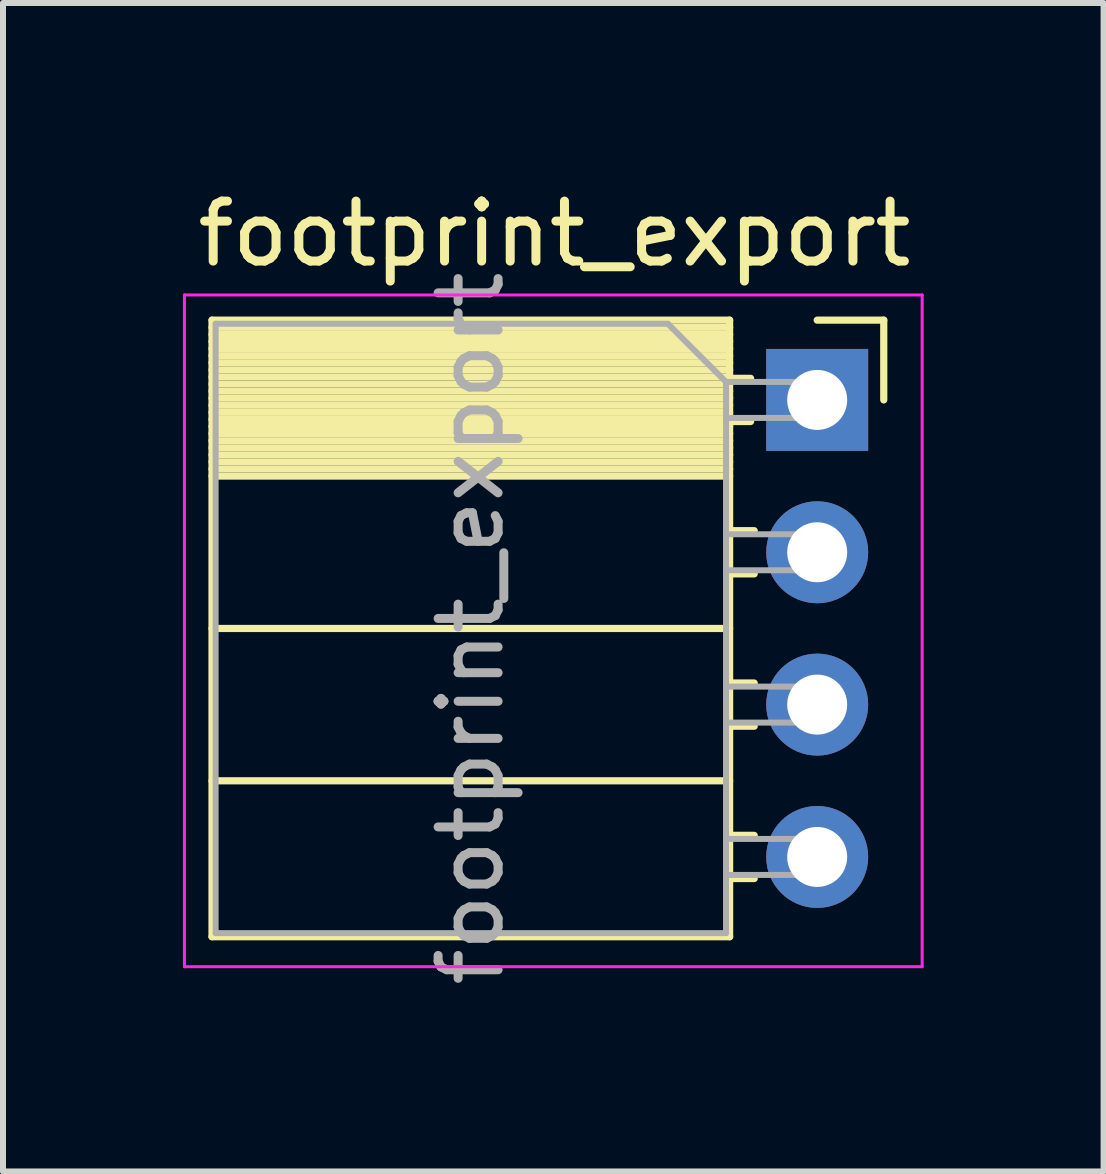
<source format=kicad_pcb>
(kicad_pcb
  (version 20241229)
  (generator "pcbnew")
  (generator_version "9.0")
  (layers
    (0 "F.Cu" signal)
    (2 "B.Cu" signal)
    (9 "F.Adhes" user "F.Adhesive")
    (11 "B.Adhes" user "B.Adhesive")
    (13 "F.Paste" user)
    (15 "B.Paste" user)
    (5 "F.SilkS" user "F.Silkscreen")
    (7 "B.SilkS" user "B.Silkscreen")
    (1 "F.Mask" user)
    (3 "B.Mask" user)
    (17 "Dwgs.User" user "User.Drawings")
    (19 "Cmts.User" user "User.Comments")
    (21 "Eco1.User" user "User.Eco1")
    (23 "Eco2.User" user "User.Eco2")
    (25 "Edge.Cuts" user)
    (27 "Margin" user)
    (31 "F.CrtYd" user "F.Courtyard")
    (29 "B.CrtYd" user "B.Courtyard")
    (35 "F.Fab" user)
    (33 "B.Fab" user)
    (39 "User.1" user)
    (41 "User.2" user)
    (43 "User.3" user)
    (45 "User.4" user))
  (footprint "footprint_export"
    (layer "F.Cu")
    (at 10.575 3.618)
    (property "Reference" "footprint_export" (at -4.38 -2.77 0) (layer "F.SilkS") (effects (font (size 1 1) (thickness 0.15))))
    (attr through_hole)
    (fp_line (start -10.09 -1.33) (end -10.09 8.95) (stroke (width 0.12) (type solid)) (layer "F.SilkS"))
    (fp_line (start -10.09 -1.33) (end -1.46 -1.33) (stroke (width 0.12) (type solid)) (layer "F.SilkS"))
    (fp_line (start -10.09 -1.21) (end -1.46 -1.21) (stroke (width 0.12) (type solid)) (layer "F.SilkS"))
    (fp_line (start -10.09 -1.092) (end -1.46 -1.092) (stroke (width 0.12) (type solid)) (layer "F.SilkS"))
    (fp_line (start -10.09 -0.974) (end -1.46 -0.974) (stroke (width 0.12) (type solid)) (layer "F.SilkS"))
    (fp_line (start -10.09 -0.856) (end -1.46 -0.856) (stroke (width 0.12) (type solid)) (layer "F.SilkS"))
    (fp_line (start -10.09 -0.738) (end -1.46 -0.738) (stroke (width 0.12) (type solid)) (layer "F.SilkS"))
    (fp_line (start -10.09 -0.62) (end -1.46 -0.62) (stroke (width 0.12) (type solid)) (layer "F.SilkS"))
    (fp_line (start -10.09 -0.501) (end -1.46 -0.501) (stroke (width 0.12) (type solid)) (layer "F.SilkS"))
    (fp_line (start -10.09 -0.383) (end -1.46 -0.383) (stroke (width 0.12) (type solid)) (layer "F.SilkS"))
    (fp_line (start -10.09 -0.265) (end -1.46 -0.265) (stroke (width 0.12) (type solid)) (layer "F.SilkS"))
    (fp_line (start -10.09 -0.147) (end -1.46 -0.147) (stroke (width 0.12) (type solid)) (layer "F.SilkS"))
    (fp_line (start -10.09 -0.029) (end -1.46 -0.029) (stroke (width 0.12) (type solid)) (layer "F.SilkS"))
    (fp_line (start -10.09 0.089) (end -1.46 0.089) (stroke (width 0.12) (type solid)) (layer "F.SilkS"))
    (fp_line (start -10.09 0.207) (end -1.46 0.207) (stroke (width 0.12) (type solid)) (layer "F.SilkS"))
    (fp_line (start -10.09 0.325) (end -1.46 0.325) (stroke (width 0.12) (type solid)) (layer "F.SilkS"))
    (fp_line (start -10.09 0.443) (end -1.46 0.443) (stroke (width 0.12) (type solid)) (layer "F.SilkS"))
    (fp_line (start -10.09 0.561) (end -1.46 0.561) (stroke (width 0.12) (type solid)) (layer "F.SilkS"))
    (fp_line (start -10.09 0.68) (end -1.46 0.68) (stroke (width 0.12) (type solid)) (layer "F.SilkS"))
    (fp_line (start -10.09 0.798) (end -1.46 0.798) (stroke (width 0.12) (type solid)) (layer "F.SilkS"))
    (fp_line (start -10.09 0.916) (end -1.46 0.916) (stroke (width 0.12) (type solid)) (layer "F.SilkS"))
    (fp_line (start -10.09 1.034) (end -1.46 1.034) (stroke (width 0.12) (type solid)) (layer "F.SilkS"))
    (fp_line (start -10.09 1.152) (end -1.46 1.152) (stroke (width 0.12) (type solid)) (layer "F.SilkS"))
    (fp_line (start -10.09 1.27) (end -1.46 1.27) (stroke (width 0.12) (type solid)) (layer "F.SilkS"))
    (fp_line (start -10.09 3.81) (end -1.46 3.81) (stroke (width 0.12) (type solid)) (layer "F.SilkS"))
    (fp_line (start -10.09 6.35) (end -1.46 6.35) (stroke (width 0.12) (type solid)) (layer "F.SilkS"))
    (fp_line (start -10.09 8.95) (end -1.46 8.95) (stroke (width 0.12) (type solid)) (layer "F.SilkS"))
    (fp_line (start -1.46 -1.33) (end -1.46 8.95) (stroke (width 0.12) (type solid)) (layer "F.SilkS"))
    (fp_line (start -1.46 -0.36) (end -1.11 -0.36) (stroke (width 0.12) (type solid)) (layer "F.SilkS"))
    (fp_line (start -1.46 0.36) (end -1.11 0.36) (stroke (width 0.12) (type solid)) (layer "F.SilkS"))
    (fp_line (start -1.46 2.18) (end -1.05 2.18) (stroke (width 0.12) (type solid)) (layer "F.SilkS"))
    (fp_line (start -1.46 2.9) (end -1.05 2.9) (stroke (width 0.12) (type solid)) (layer "F.SilkS"))
    (fp_line (start -1.46 4.72) (end -1.05 4.72) (stroke (width 0.12) (type solid)) (layer "F.SilkS"))
    (fp_line (start -1.46 5.44) (end -1.05 5.44) (stroke (width 0.12) (type solid)) (layer "F.SilkS"))
    (fp_line (start -1.46 7.26) (end -1.05 7.26) (stroke (width 0.12) (type solid)) (layer "F.SilkS"))
    (fp_line (start -1.46 7.98) (end -1.05 7.98) (stroke (width 0.12) (type solid)) (layer "F.SilkS"))
    (fp_line (start 0 -1.33) (end 1.11 -1.33) (stroke (width 0.12) (type solid)) (layer "F.SilkS"))
    (fp_line (start 1.11 -1.33) (end 1.11 0) (stroke (width 0.12) (type solid)) (layer "F.SilkS"))
    (fp_line (start -10.55 -1.75) (end -10.55 9.45) (stroke (width 0.05) (type solid)) (layer "F.CrtYd"))
    (fp_line (start -10.55 9.45) (end 1.75 9.45) (stroke (width 0.05) (type solid)) (layer "F.CrtYd"))
    (fp_line (start 1.75 -1.75) (end -10.55 -1.75) (stroke (width 0.05) (type solid)) (layer "F.CrtYd"))
    (fp_line (start 1.75 9.45) (end 1.75 -1.75) (stroke (width 0.05) (type solid)) (layer "F.CrtYd"))
    (fp_line (start -10.03 -1.27) (end -2.49 -1.27) (stroke (width 0.1) (type solid)) (layer "F.Fab"))
    (fp_line (start -10.03 8.89) (end -10.03 -1.27) (stroke (width 0.1) (type solid)) (layer "F.Fab"))
    (fp_line (start -2.49 -1.27) (end -1.52 -0.3) (stroke (width 0.1) (type solid)) (layer "F.Fab"))
    (fp_line (start -1.52 -0.3) (end -1.52 8.89) (stroke (width 0.1) (type solid)) (layer "F.Fab"))
    (fp_line (start -1.52 0.3) (end 0 0.3) (stroke (width 0.1) (type solid)) (layer "F.Fab"))
    (fp_line (start -1.52 2.84) (end 0 2.84) (stroke (width 0.1) (type solid)) (layer "F.Fab"))
    (fp_line (start -1.52 5.38) (end 0 5.38) (stroke (width 0.1) (type solid)) (layer "F.Fab"))
    (fp_line (start -1.52 7.92) (end 0 7.92) (stroke (width 0.1) (type solid)) (layer "F.Fab"))
    (fp_line (start -1.52 8.89) (end -10.03 8.89) (stroke (width 0.1) (type solid)) (layer "F.Fab"))
    (fp_line (start 0 -0.3) (end -1.52 -0.3) (stroke (width 0.1) (type solid)) (layer "F.Fab"))
    (fp_line (start 0 0.3) (end 0 -0.3) (stroke (width 0.1) (type solid)) (layer "F.Fab"))
    (fp_line (start 0 2.24) (end -1.52 2.24) (stroke (width 0.1) (type solid)) (layer "F.Fab"))
    (fp_line (start 0 2.84) (end 0 2.24) (stroke (width 0.1) (type solid)) (layer "F.Fab"))
    (fp_line (start 0 4.78) (end -1.52 4.78) (stroke (width 0.1) (type solid)) (layer "F.Fab"))
    (fp_line (start 0 5.38) (end 0 4.78) (stroke (width 0.1) (type solid)) (layer "F.Fab"))
    (fp_line (start 0 7.32) (end -1.52 7.32) (stroke (width 0.1) (type solid)) (layer "F.Fab"))
    (fp_line (start 0 7.92) (end 0 7.32) (stroke (width 0.1) (type solid)) (layer "F.Fab"))
    (fp_text user "${REFERENCE}" (at -5.775 3.81 90) (layer "F.Fab") (effects (font (size 1 1) (thickness 0.15))))
    (pad "1" thru_hole rect (at 0 0) (size 1.7 1.7) (drill 1) (layers "*.Cu" "*.Mask"))
    (pad "2" thru_hole oval (at 0 2.54) (size 1.7 1.7) (drill 1) (layers "*.Cu" "*.Mask"))
    (pad "3" thru_hole oval (at 0 5.08) (size 1.7 1.7) (drill 1) (layers "*.Cu" "*.Mask"))
    (pad "4" thru_hole oval (at 0 7.62) (size 1.7 1.7) (drill 1) (layers "*.Cu" "*.Mask")))
  (gr_rect
    (start -3 -3)
    (end 15.35 16.482)
    (stroke (width 0.1) (type default))
    (fill no)
    (layer "Edge.Cuts")))
</source>
